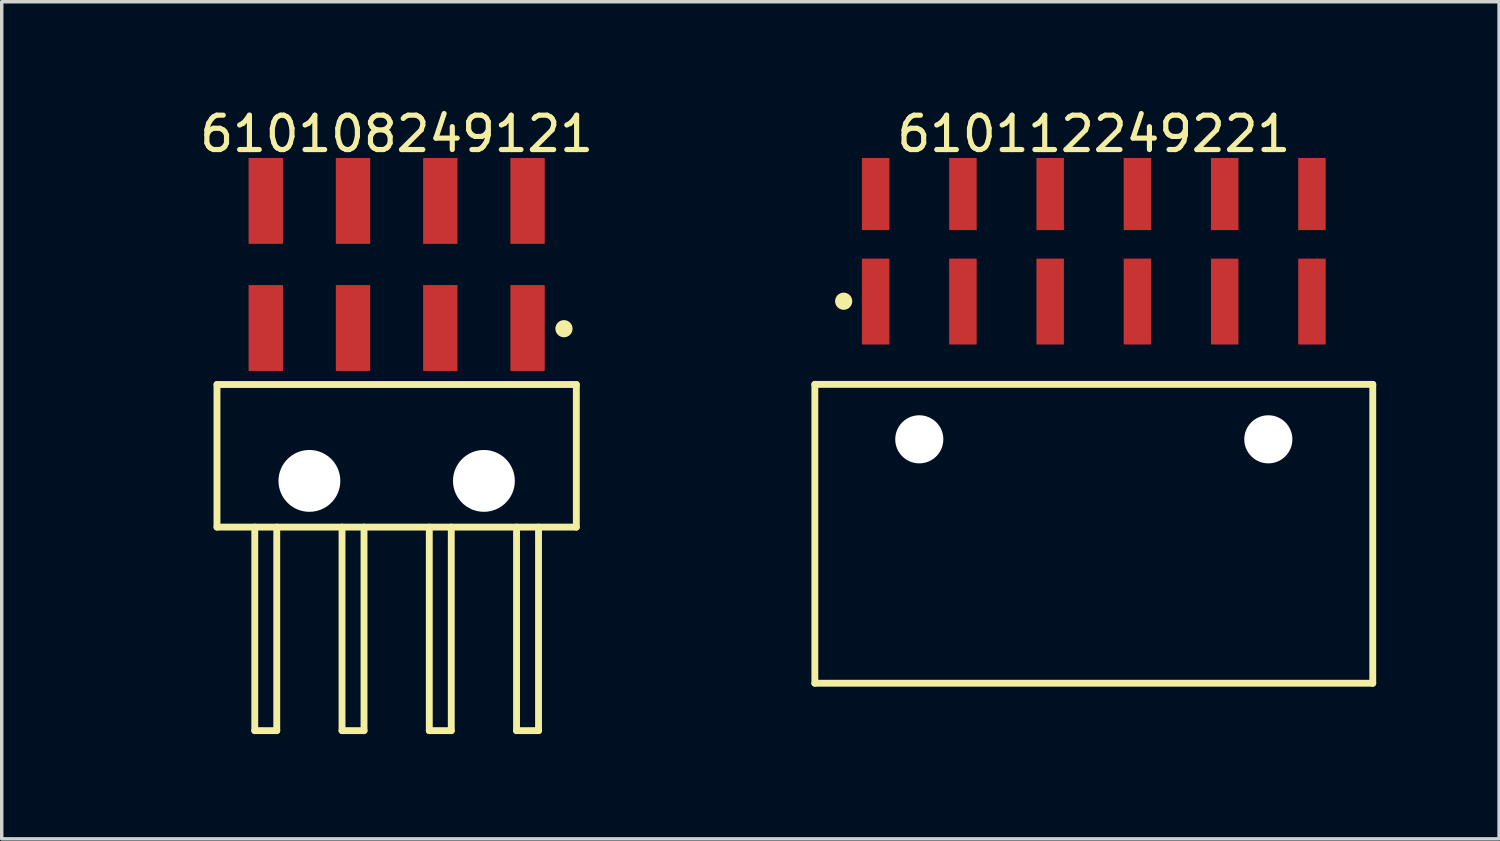
<source format=kicad_pcb>
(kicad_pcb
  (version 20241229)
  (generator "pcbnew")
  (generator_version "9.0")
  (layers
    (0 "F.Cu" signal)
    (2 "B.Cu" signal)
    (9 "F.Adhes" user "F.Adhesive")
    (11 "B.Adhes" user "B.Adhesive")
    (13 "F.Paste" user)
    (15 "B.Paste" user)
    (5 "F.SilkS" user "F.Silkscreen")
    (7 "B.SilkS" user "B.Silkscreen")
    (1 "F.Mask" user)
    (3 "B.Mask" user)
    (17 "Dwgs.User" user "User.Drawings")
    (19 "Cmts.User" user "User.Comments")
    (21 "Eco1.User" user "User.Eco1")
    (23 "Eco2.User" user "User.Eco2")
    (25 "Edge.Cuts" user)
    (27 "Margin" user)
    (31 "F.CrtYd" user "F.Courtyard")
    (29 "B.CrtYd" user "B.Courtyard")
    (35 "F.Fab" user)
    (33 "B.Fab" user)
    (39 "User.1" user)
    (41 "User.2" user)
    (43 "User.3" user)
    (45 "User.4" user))
  (footprint "610112249221"
    (layer "F.Cu")
    (at 28.789 12.488)
    (property "Reference" "610112249221" (at 0 -11.64 0) (layer "F.SilkS") (effects (font (size 1 1) (thickness 0.15))))
    (fp_line (start -8.12 -4.35) (end 8.12 -4.35) (stroke (width 0.2) (type solid)) (layer "F.SilkS"))
    (fp_line (start -8.12 4.35) (end -8.12 -4.35) (stroke (width 0.2) (type solid)) (layer "F.SilkS"))
    (fp_line (start -8.12 4.35) (end 8.12 4.35) (stroke (width 0.2) (type solid)) (layer "F.SilkS"))
    (fp_line (start 8.12 4.35) (end 8.12 -4.35) (stroke (width 0.2) (type solid)) (layer "F.SilkS"))
    (fp_circle (center -7.281 -6.77) (end -7.281 -6.895) (stroke (width 0.25) (type solid)) (fill no) (layer "F.SilkS"))
    (fp_line (start -8.32 -11.14) (end 8.32 -11.14) (stroke (width 0.05) (type solid)) (layer "Eco2.User"))
    (fp_line (start -8.32 4.55) (end -8.32 -11.14) (stroke (width 0.05) (type solid)) (layer "Eco2.User"))
    (fp_line (start -8.32 4.55) (end 8.32 4.55) (stroke (width 0.05) (type solid)) (layer "Eco2.User"))
    (fp_line (start -7.87 -4.25) (end 7.87 -4.25) (stroke (width 0.1) (type solid)) (layer "Eco2.User"))
    (fp_line (start -7.87 4.25) (end -7.87 -4.25) (stroke (width 0.1) (type solid)) (layer "Eco2.User"))
    (fp_line (start -7.87 4.25) (end 7.87 4.25) (stroke (width 0.1) (type solid)) (layer "Eco2.User"))
    (fp_line (start -6.67 -10.44) (end -6.03 -10.44) (stroke (width 0.1) (type solid)) (layer "Eco2.User"))
    (fp_line (start -6.67 -7.49) (end -6.03 -7.49) (stroke (width 0.1) (type solid)) (layer "Eco2.User"))
    (fp_line (start -6.67 -4.25) (end -6.67 -10.44) (stroke (width 0.1) (type solid)) (layer "Eco2.User"))
    (fp_line (start -6.03 -4.25) (end -6.03 -10.44) (stroke (width 0.1) (type solid)) (layer "Eco2.User"))
    (fp_line (start -4.13 -10.44) (end -3.49 -10.44) (stroke (width 0.1) (type solid)) (layer "Eco2.User"))
    (fp_line (start -4.13 -7.49) (end -3.49 -7.49) (stroke (width 0.1) (type solid)) (layer "Eco2.User"))
    (fp_line (start -4.13 -4.25) (end -4.13 -10.44) (stroke (width 0.1) (type solid)) (layer "Eco2.User"))
    (fp_line (start -3.49 -4.25) (end -3.49 -10.44) (stroke (width 0.1) (type solid)) (layer "Eco2.User"))
    (fp_line (start -1.59 -10.44) (end -0.95 -10.44) (stroke (width 0.1) (type solid)) (layer "Eco2.User"))
    (fp_line (start -1.59 -7.49) (end -0.95 -7.49) (stroke (width 0.1) (type solid)) (layer "Eco2.User"))
    (fp_line (start -1.59 -4.25) (end -1.59 -10.44) (stroke (width 0.1) (type solid)) (layer "Eco2.User"))
    (fp_line (start -0.95 -4.25) (end -0.95 -10.44) (stroke (width 0.1) (type solid)) (layer "Eco2.User"))
    (fp_line (start -0.5 0) (end 0.5 0) (stroke (width 0.05) (type solid)) (layer "Eco2.User"))
    (fp_line (start 0 0.5) (end 0 -0.5) (stroke (width 0.05) (type solid)) (layer "Eco2.User"))
    (fp_line (start 0.95 -10.44) (end 1.59 -10.44) (stroke (width 0.1) (type solid)) (layer "Eco2.User"))
    (fp_line (start 0.95 -7.49) (end 1.59 -7.49) (stroke (width 0.1) (type solid)) (layer "Eco2.User"))
    (fp_line (start 0.95 -4.25) (end 0.95 -10.44) (stroke (width 0.1) (type solid)) (layer "Eco2.User"))
    (fp_line (start 1.59 -4.25) (end 1.59 -10.44) (stroke (width 0.1) (type solid)) (layer "Eco2.User"))
    (fp_line (start 3.49 -10.44) (end 4.13 -10.44) (stroke (width 0.1) (type solid)) (layer "Eco2.User"))
    (fp_line (start 3.49 -7.49) (end 4.13 -7.49) (stroke (width 0.1) (type solid)) (layer "Eco2.User"))
    (fp_line (start 3.49 -4.25) (end 3.49 -10.44) (stroke (width 0.1) (type solid)) (layer "Eco2.User"))
    (fp_line (start 4.13 -4.25) (end 4.13 -10.44) (stroke (width 0.1) (type solid)) (layer "Eco2.User"))
    (fp_line (start 6.03 -10.44) (end 6.67 -10.44) (stroke (width 0.1) (type solid)) (layer "Eco2.User"))
    (fp_line (start 6.03 -7.49) (end 6.67 -7.49) (stroke (width 0.1) (type solid)) (layer "Eco2.User"))
    (fp_line (start 6.03 -4.25) (end 6.03 -10.44) (stroke (width 0.1) (type solid)) (layer "Eco2.User"))
    (fp_line (start 6.67 -4.25) (end 6.67 -10.44) (stroke (width 0.1) (type solid)) (layer "Eco2.User"))
    (fp_line (start 7.87 4.25) (end 7.87 -4.25) (stroke (width 0.1) (type solid)) (layer "Eco2.User"))
    (fp_line (start 8.32 4.55) (end 8.32 -11.14) (stroke (width 0.05) (type solid)) (layer "Eco2.User"))
    (fp_text user "${REFERENCE}" (at 0.15 -0.197 0) (unlocked yes) (layer "User.3") (effects (font (size 1.5 1.5) (thickness 0.15))))
    (pad "" np_thru_hole circle (at -5.08 -2.75) (size 1.4 1.4) (drill 1.4) (layers "*.Cu" "*.Mask"))
    (pad "" np_thru_hole circle (at 5.08 -2.75) (size 1.4 1.4) (drill 1.4) (layers "*.Cu" "*.Mask"))
    (pad "1" smd rect (at -6.35 -6.76) (size 0.8 2.5) (layers "F.Cu" "F.Mask" "F.Paste"))
    (pad "2" smd rect (at -6.35 -9.89) (size 0.8 2.1) (layers "F.Cu" "F.Mask" "F.Paste"))
    (pad "3" smd rect (at -3.81 -6.76) (size 0.8 2.5) (layers "F.Cu" "F.Mask" "F.Paste"))
    (pad "4" smd rect (at -3.81 -9.89) (size 0.8 2.1) (layers "F.Cu" "F.Mask" "F.Paste"))
    (pad "5" smd rect (at -1.27 -6.76) (size 0.8 2.5) (layers "F.Cu" "F.Mask" "F.Paste"))
    (pad "6" smd rect (at -1.27 -9.89) (size 0.8 2.1) (layers "F.Cu" "F.Mask" "F.Paste"))
    (pad "7" smd rect (at 1.27 -6.76) (size 0.8 2.5) (layers "F.Cu" "F.Mask" "F.Paste"))
    (pad "8" smd rect (at 1.27 -9.89) (size 0.8 2.1) (layers "F.Cu" "F.Mask" "F.Paste"))
    (pad "9" smd rect (at 3.81 -6.76) (size 0.8 2.5) (layers "F.Cu" "F.Mask" "F.Paste"))
    (pad "10" smd rect (at 3.81 -9.89) (size 0.8 2.1) (layers "F.Cu" "F.Mask" "F.Paste"))
    (pad "11" smd rect (at 6.35 -6.76) (size 0.8 2.5) (layers "F.Cu" "F.Mask" "F.Paste"))
    (pad "12" smd rect (at 6.35 -9.89) (size 0.8 2.1) (layers "F.Cu" "F.Mask" "F.Paste")))
  (footprint "610108249121"
    (layer "F.Cu")
    (at 8.496 10.218)
    (property "Reference" "610108249121" (at 0 -9.37 0) (layer "F.SilkS") (effects (font (size 1 1) (thickness 0.15))))
    (fp_line (start -5.23 -2.075) (end 5.23 -2.075) (stroke (width 0.2) (type solid)) (layer "F.SilkS"))
    (fp_line (start -5.23 2.075) (end -5.23 -2.075) (stroke (width 0.2) (type solid)) (layer "F.SilkS"))
    (fp_line (start -5.23 2.075) (end 5.23 2.075) (stroke (width 0.2) (type solid)) (layer "F.SilkS"))
    (fp_line (start -4.13 8) (end -4.13 2.075) (stroke (width 0.2) (type solid)) (layer "F.SilkS"))
    (fp_line (start -4.13 8) (end -3.49 8) (stroke (width 0.2) (type solid)) (layer "F.SilkS"))
    (fp_line (start -3.49 8) (end -3.49 2.075) (stroke (width 0.2) (type solid)) (layer "F.SilkS"))
    (fp_line (start -1.59 8) (end -1.59 2.075) (stroke (width 0.2) (type solid)) (layer "F.SilkS"))
    (fp_line (start -1.59 8) (end -0.95 8) (stroke (width 0.2) (type solid)) (layer "F.SilkS"))
    (fp_line (start -0.95 8) (end -0.95 2.075) (stroke (width 0.2) (type solid)) (layer "F.SilkS"))
    (fp_line (start 0.95 8) (end 0.95 2.075) (stroke (width 0.2) (type solid)) (layer "F.SilkS"))
    (fp_line (start 0.95 8) (end 1.59 8) (stroke (width 0.2) (type solid)) (layer "F.SilkS"))
    (fp_line (start 1.59 8) (end 1.59 2.075) (stroke (width 0.2) (type solid)) (layer "F.SilkS"))
    (fp_line (start 3.49 8) (end 3.49 2.075) (stroke (width 0.2) (type solid)) (layer "F.SilkS"))
    (fp_line (start 3.49 8) (end 4.13 8) (stroke (width 0.2) (type solid)) (layer "F.SilkS"))
    (fp_line (start 4.13 8) (end 4.13 2.075) (stroke (width 0.2) (type solid)) (layer "F.SilkS"))
    (fp_line (start 5.23 2.075) (end 5.23 -2.075) (stroke (width 0.2) (type solid)) (layer "F.SilkS"))
    (fp_circle (center 4.87 -3.7) (end 4.87 -3.825) (stroke (width 0.25) (type solid)) (fill no) (layer "F.SilkS"))
    (fp_line (start -5.43 -8.87) (end 5.43 -8.87) (stroke (width 0.05) (type solid)) (layer "Eco2.User"))
    (fp_line (start -5.43 8.125) (end -5.43 -8.87) (stroke (width 0.05) (type solid)) (layer "Eco2.User"))
    (fp_line (start -5.43 8.125) (end 5.43 8.125) (stroke (width 0.05) (type solid)) (layer "Eco2.User"))
    (fp_line (start -5.08 -2) (end 5.08 -2) (stroke (width 0.1) (type solid)) (layer "Eco2.User"))
    (fp_line (start -5.08 2) (end -5.08 -2) (stroke (width 0.1) (type solid)) (layer "Eco2.User"))
    (fp_line (start -5.08 2) (end 5.08 2) (stroke (width 0.1) (type solid)) (layer "Eco2.User"))
    (fp_line (start -4.14 -8.16) (end -3.5 -8.16) (stroke (width 0.1) (type solid)) (layer "Eco2.User"))
    (fp_line (start -4.14 -7.815) (end -4.14 -8.16) (stroke (width 0.1) (type solid)) (layer "Eco2.User"))
    (fp_line (start -4.14 -7.535) (end -4.14 -7.815) (stroke (width 0.1) (type solid)) (layer "Eco2.User"))
    (fp_line (start -4.14 -4.48) (end -3.5 -4.48) (stroke (width 0.1) (type solid)) (layer "Eco2.User"))
    (fp_line (start -4.14 -4.135) (end -4.14 -4.26) (stroke (width 0.1) (type solid)) (layer "Eco2.User"))
    (fp_line (start -4.14 -2) (end -4.14 -8.16) (stroke (width 0.1) (type solid)) (layer "Eco2.User"))
    (fp_line (start -4.13 8) (end -4.13 2) (stroke (width 0.1) (type solid)) (layer "Eco2.User"))
    (fp_line (start -4.13 8) (end -3.49 8) (stroke (width 0.1) (type solid)) (layer "Eco2.User"))
    (fp_line (start -3.5 -7.815) (end -3.5 -8.16) (stroke (width 0.1) (type solid)) (layer "Eco2.User"))
    (fp_line (start -3.5 -7.535) (end -3.5 -7.815) (stroke (width 0.1) (type solid)) (layer "Eco2.User"))
    (fp_line (start -3.5 -4.135) (end -3.5 -4.26) (stroke (width 0.1) (type solid)) (layer "Eco2.User"))
    (fp_line (start -3.5 -2) (end -3.5 -8.16) (stroke (width 0.1) (type solid)) (layer "Eco2.User"))
    (fp_line (start -3.49 8) (end -3.49 2) (stroke (width 0.1) (type solid)) (layer "Eco2.User"))
    (fp_line (start -1.6 -8.16) (end -0.96 -8.16) (stroke (width 0.1) (type solid)) (layer "Eco2.User"))
    (fp_line (start -1.6 -7.815) (end -1.6 -8.16) (stroke (width 0.1) (type solid)) (layer "Eco2.User"))
    (fp_line (start -1.6 -7.535) (end -1.6 -7.815) (stroke (width 0.1) (type solid)) (layer "Eco2.User"))
    (fp_line (start -1.6 -4.48) (end -0.96 -4.48) (stroke (width 0.1) (type solid)) (layer "Eco2.User"))
    (fp_line (start -1.6 -4.135) (end -1.6 -4.26) (stroke (width 0.1) (type solid)) (layer "Eco2.User"))
    (fp_line (start -1.6 -2) (end -1.6 -8.16) (stroke (width 0.1) (type solid)) (layer "Eco2.User"))
    (fp_line (start -1.59 8) (end -1.59 2) (stroke (width 0.1) (type solid)) (layer "Eco2.User"))
    (fp_line (start -1.59 8) (end -0.95 8) (stroke (width 0.1) (type solid)) (layer "Eco2.User"))
    (fp_line (start -0.96 -7.815) (end -0.96 -8.16) (stroke (width 0.1) (type solid)) (layer "Eco2.User"))
    (fp_line (start -0.96 -7.535) (end -0.96 -7.815) (stroke (width 0.1) (type solid)) (layer "Eco2.User"))
    (fp_line (start -0.96 -4.135) (end -0.96 -4.26) (stroke (width 0.1) (type solid)) (layer "Eco2.User"))
    (fp_line (start -0.96 -2) (end -0.96 -8.16) (stroke (width 0.1) (type solid)) (layer "Eco2.User"))
    (fp_line (start -0.95 8) (end -0.95 2) (stroke (width 0.1) (type solid)) (layer "Eco2.User"))
    (fp_line (start -0.5 0) (end 0.5 0) (stroke (width 0.05) (type solid)) (layer "Eco2.User"))
    (fp_line (start 0 0.5) (end 0 -0.5) (stroke (width 0.05) (type solid)) (layer "Eco2.User"))
    (fp_line (start 0.94 -8.16) (end 1.58 -8.16) (stroke (width 0.1) (type solid)) (layer "Eco2.User"))
    (fp_line (start 0.94 -7.815) (end 0.94 -8.16) (stroke (width 0.1) (type solid)) (layer "Eco2.User"))
    (fp_line (start 0.94 -7.535) (end 0.94 -7.815) (stroke (width 0.1) (type solid)) (layer "Eco2.User"))
    (fp_line (start 0.94 -4.48) (end 1.58 -4.48) (stroke (width 0.1) (type solid)) (layer "Eco2.User"))
    (fp_line (start 0.94 -4.135) (end 0.94 -4.26) (stroke (width 0.1) (type solid)) (layer "Eco2.User"))
    (fp_line (start 0.94 -2) (end 0.94 -8.16) (stroke (width 0.1) (type solid)) (layer "Eco2.User"))
    (fp_line (start 0.95 8) (end 0.95 2) (stroke (width 0.1) (type solid)) (layer "Eco2.User"))
    (fp_line (start 0.95 8) (end 1.59 8) (stroke (width 0.1) (type solid)) (layer "Eco2.User"))
    (fp_line (start 1.58 -7.815) (end 1.58 -8.16) (stroke (width 0.1) (type solid)) (layer "Eco2.User"))
    (fp_line (start 1.58 -7.535) (end 1.58 -7.815) (stroke (width 0.1) (type solid)) (layer "Eco2.User"))
    (fp_line (start 1.58 -4.135) (end 1.58 -4.26) (stroke (width 0.1) (type solid)) (layer "Eco2.User"))
    (fp_line (start 1.58 -2) (end 1.58 -8.16) (stroke (width 0.1) (type solid)) (layer "Eco2.User"))
    (fp_line (start 1.59 8) (end 1.59 2) (stroke (width 0.1) (type solid)) (layer "Eco2.User"))
    (fp_line (start 3.48 -8.16) (end 4.12 -8.16) (stroke (width 0.1) (type solid)) (layer "Eco2.User"))
    (fp_line (start 3.48 -7.815) (end 3.48 -8.16) (stroke (width 0.1) (type solid)) (layer "Eco2.User"))
    (fp_line (start 3.48 -7.535) (end 3.48 -7.815) (stroke (width 0.1) (type solid)) (layer "Eco2.User"))
    (fp_line (start 3.48 -4.48) (end 4.12 -4.48) (stroke (width 0.1) (type solid)) (layer "Eco2.User"))
    (fp_line (start 3.48 -4.135) (end 3.48 -4.26) (stroke (width 0.1) (type solid)) (layer "Eco2.User"))
    (fp_line (start 3.48 -2) (end 3.48 -8.16) (stroke (width 0.1) (type solid)) (layer "Eco2.User"))
    (fp_line (start 3.49 8) (end 3.49 2) (stroke (width 0.1) (type solid)) (layer "Eco2.User"))
    (fp_line (start 3.49 8) (end 4.13 8) (stroke (width 0.1) (type solid)) (layer "Eco2.User"))
    (fp_line (start 4.12 -7.815) (end 4.12 -8.16) (stroke (width 0.1) (type solid)) (layer "Eco2.User"))
    (fp_line (start 4.12 -7.535) (end 4.12 -7.815) (stroke (width 0.1) (type solid)) (layer "Eco2.User"))
    (fp_line (start 4.12 -4.135) (end 4.12 -4.26) (stroke (width 0.1) (type solid)) (layer "Eco2.User"))
    (fp_line (start 4.12 -2) (end 4.12 -8.16) (stroke (width 0.1) (type solid)) (layer "Eco2.User"))
    (fp_line (start 4.13 8) (end 4.13 2) (stroke (width 0.1) (type solid)) (layer "Eco2.User"))
    (fp_line (start 5.08 2) (end 5.08 -2) (stroke (width 0.1) (type solid)) (layer "Eco2.User"))
    (fp_line (start 5.43 8.125) (end 5.43 -8.87) (stroke (width 0.05) (type solid)) (layer "Eco2.User"))
    (fp_text user "${REFERENCE}" (at 0.15 -0.197 0) (unlocked yes) (layer "User.3") (effects (font (size 1.5 1.5) (thickness 0.15))))
    (pad "" np_thru_hole circle (at -2.54 0.73) (size 1.8 1.8) (drill 1.8) (layers "*.Cu" "*.Mask"))
    (pad "" np_thru_hole circle (at 2.54 0.73) (size 1.8 1.8) (drill 1.8) (layers "*.Cu" "*.Mask"))
    (pad "1" smd rect (at 3.81 -3.72) (size 1 2.5) (layers "F.Cu" "F.Mask" "F.Paste"))
    (pad "2" smd rect (at 3.81 -7.42) (size 1 2.5) (layers "F.Cu" "F.Mask" "F.Paste"))
    (pad "3" smd rect (at 1.27 -3.72) (size 1 2.5) (layers "F.Cu" "F.Mask" "F.Paste"))
    (pad "4" smd rect (at 1.27 -7.42) (size 1 2.5) (layers "F.Cu" "F.Mask" "F.Paste"))
    (pad "5" smd rect (at -1.27 -3.72) (size 1 2.5) (layers "F.Cu" "F.Mask" "F.Paste"))
    (pad "6" smd rect (at -1.27 -7.42) (size 1 2.5) (layers "F.Cu" "F.Mask" "F.Paste"))
    (pad "7" smd rect (at -3.81 -3.72) (size 1 2.5) (layers "F.Cu" "F.Mask" "F.Paste"))
    (pad "8" smd rect (at -3.81 -7.42) (size 1 2.5) (layers "F.Cu" "F.Mask" "F.Paste")))
  (gr_rect
    (start -3 -3)
    (end 40.586 21.368)
    (stroke (width 0.1) (type default))
    (fill no)
    (layer "Edge.Cuts")))
</source>
